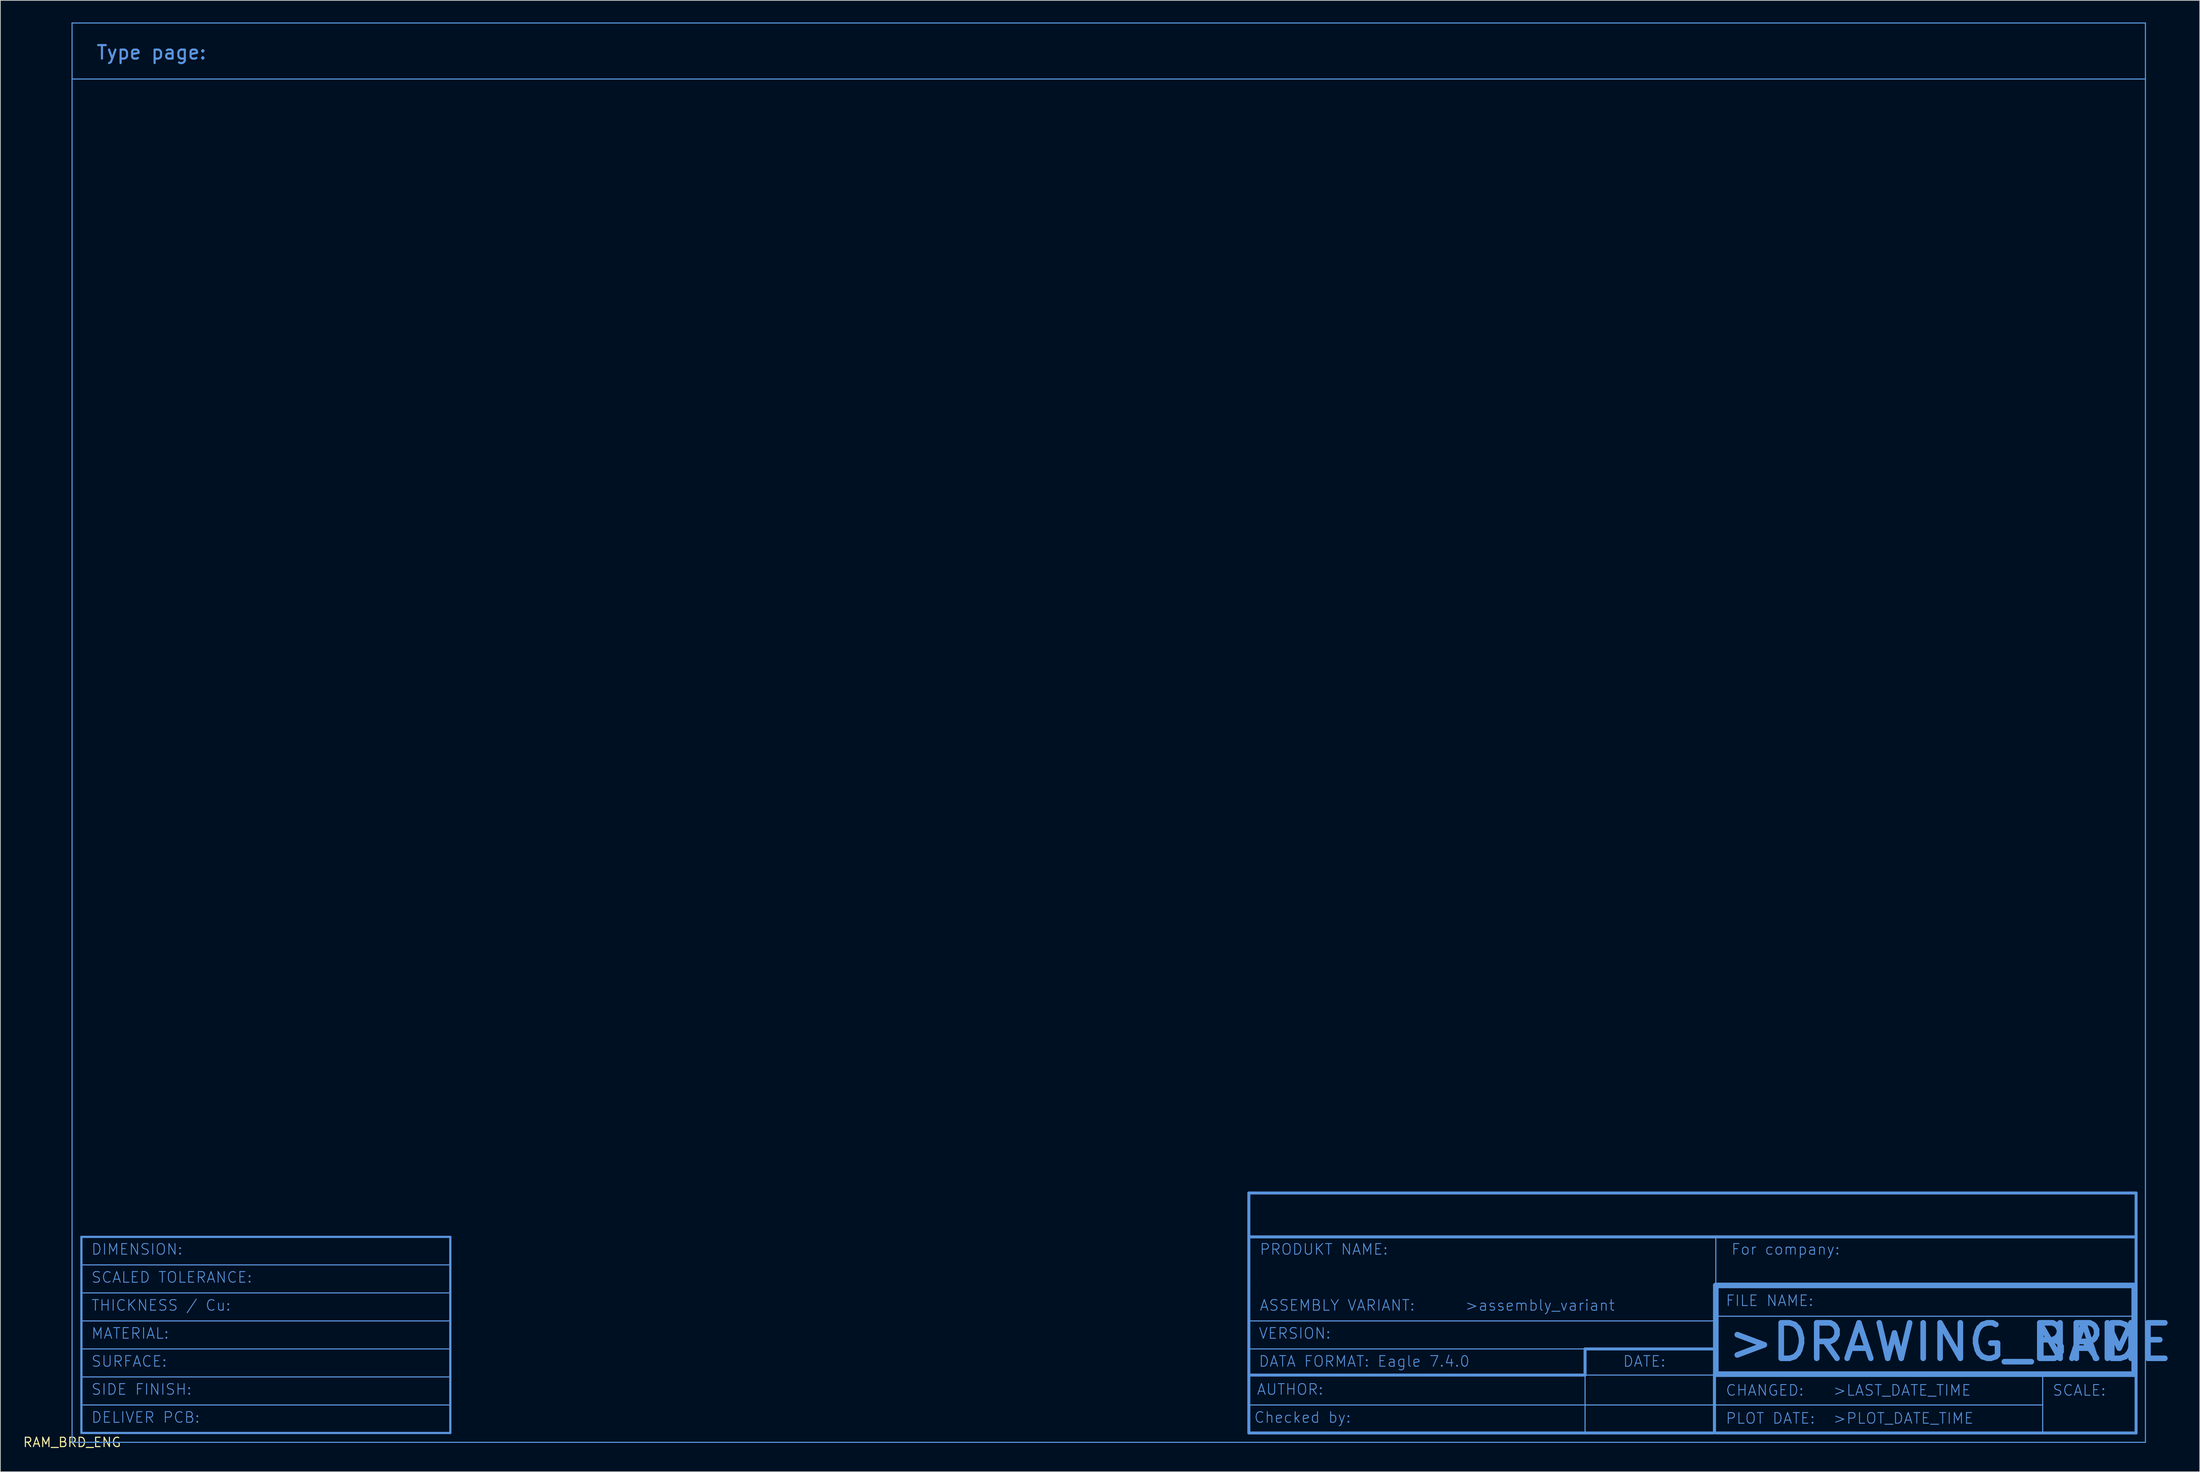
<source format=kicad_pcb>
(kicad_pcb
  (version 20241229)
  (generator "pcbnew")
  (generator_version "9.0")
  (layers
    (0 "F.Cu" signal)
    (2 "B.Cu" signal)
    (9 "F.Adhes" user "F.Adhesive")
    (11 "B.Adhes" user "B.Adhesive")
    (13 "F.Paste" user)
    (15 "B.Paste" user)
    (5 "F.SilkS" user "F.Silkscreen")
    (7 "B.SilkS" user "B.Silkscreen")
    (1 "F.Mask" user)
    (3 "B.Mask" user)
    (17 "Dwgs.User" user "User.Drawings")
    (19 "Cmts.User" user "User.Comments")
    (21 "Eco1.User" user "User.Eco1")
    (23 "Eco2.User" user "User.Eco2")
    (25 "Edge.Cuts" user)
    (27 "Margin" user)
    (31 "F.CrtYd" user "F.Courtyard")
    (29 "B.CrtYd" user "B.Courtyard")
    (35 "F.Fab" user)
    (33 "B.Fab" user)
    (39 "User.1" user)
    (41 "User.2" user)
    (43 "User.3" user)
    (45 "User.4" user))
  (footprint "RAM_BRD_ENG"
    (layer "F.Cu")
    (at 6.75 193.116)
    (property "Reference" "RAM_BRD_ENG" (at 0 0 0) (layer "F.SilkS") (effects (font (size 1.27 1.27) (thickness 0.15))))
    (attr through_hole)
    (fp_line (start 0 -193.04) (end 0 -185.42) (stroke (width 0.152) (type solid)) (layer "Cmts.User"))
    (fp_line (start 0 -185.42) (end 0 0) (stroke (width 0.152) (type solid)) (layer "Cmts.User"))
    (fp_line (start 0 -185.42) (end 281.94 -185.42) (stroke (width 0.152) (type solid)) (layer "Cmts.User"))
    (fp_line (start 0 0) (end 281.94 0) (stroke (width 0.152) (type solid)) (layer "Cmts.User"))
    (fp_line (start 1.27 -27.94) (end 1.27 -24.13) (stroke (width 0.305) (type solid)) (layer "Cmts.User"))
    (fp_line (start 1.27 -24.13) (end 1.27 -20.32) (stroke (width 0.305) (type solid)) (layer "Cmts.User"))
    (fp_line (start 1.27 -20.32) (end 1.27 -16.51) (stroke (width 0.305) (type solid)) (layer "Cmts.User"))
    (fp_line (start 1.27 -20.32) (end 51.435 -20.32) (stroke (width 0.152) (type solid)) (layer "Cmts.User"))
    (fp_line (start 1.27 -16.51) (end 1.27 -12.7) (stroke (width 0.152) (type solid)) (layer "Cmts.User"))
    (fp_line (start 1.27 -16.51) (end 1.27 -1.27) (stroke (width 0.305) (type solid)) (layer "Cmts.User"))
    (fp_line (start 1.27 -12.7) (end 1.27 -8.89) (stroke (width 0.152) (type solid)) (layer "Cmts.User"))
    (fp_line (start 1.27 -12.7) (end 51.435 -12.7) (stroke (width 0.152) (type solid)) (layer "Cmts.User"))
    (fp_line (start 1.27 -8.89) (end 1.27 -5.08) (stroke (width 0.152) (type solid)) (layer "Cmts.User"))
    (fp_line (start 1.27 -8.89) (end 51.435 -8.89) (stroke (width 0.152) (type solid)) (layer "Cmts.User"))
    (fp_line (start 1.27 -5.08) (end 1.27 -1.27) (stroke (width 0.152) (type solid)) (layer "Cmts.User"))
    (fp_line (start 1.27 -5.08) (end 51.435 -5.08) (stroke (width 0.152) (type solid)) (layer "Cmts.User"))
    (fp_line (start 1.27 -1.27) (end 51.435 -1.27) (stroke (width 0.305) (type solid)) (layer "Cmts.User"))
    (fp_line (start 51.435 -27.94) (end 1.27 -27.94) (stroke (width 0.305) (type solid)) (layer "Cmts.User"))
    (fp_line (start 51.435 -24.13) (end 1.27 -24.13) (stroke (width 0.152) (type solid)) (layer "Cmts.User"))
    (fp_line (start 51.435 -24.13) (end 51.435 -27.94) (stroke (width 0.305) (type solid)) (layer "Cmts.User"))
    (fp_line (start 51.435 -20.32) (end 51.435 -24.13) (stroke (width 0.305) (type solid)) (layer "Cmts.User"))
    (fp_line (start 51.435 -16.51) (end 1.27 -16.51) (stroke (width 0.152) (type solid)) (layer "Cmts.User"))
    (fp_line (start 51.435 -16.51) (end 51.435 -20.32) (stroke (width 0.305) (type solid)) (layer "Cmts.User"))
    (fp_line (start 51.435 -12.7) (end 51.435 -16.51) (stroke (width 0.305) (type solid)) (layer "Cmts.User"))
    (fp_line (start 51.435 -8.89) (end 51.435 -12.7) (stroke (width 0.305) (type solid)) (layer "Cmts.User"))
    (fp_line (start 51.435 -5.08) (end 51.435 -8.89) (stroke (width 0.305) (type solid)) (layer "Cmts.User"))
    (fp_line (start 51.435 -1.27) (end 51.435 -5.08) (stroke (width 0.305) (type solid)) (layer "Cmts.User"))
    (fp_line (start 160.02 -33.909) (end 280.67 -33.909) (stroke (width 0.406) (type solid)) (layer "Cmts.User"))
    (fp_line (start 160.02 -27.94) (end 160.02 -33.909) (stroke (width 0.406) (type solid)) (layer "Cmts.User"))
    (fp_line (start 160.02 -27.94) (end 160.02 -21.336) (stroke (width 0.406) (type solid)) (layer "Cmts.User"))
    (fp_line (start 160.02 -21.336) (end 160.02 -12.7) (stroke (width 0.406) (type solid)) (layer "Cmts.User"))
    (fp_line (start 160.02 -16.51) (end 160.02 -21.336) (stroke (width 0.152) (type solid)) (layer "Cmts.User"))
    (fp_line (start 160.02 -12.7) (end 205.74 -12.7) (stroke (width 0.152) (type solid)) (layer "Cmts.User"))
    (fp_line (start 160.02 -9.144) (end 160.02 -12.7) (stroke (width 0.406) (type solid)) (layer "Cmts.User"))
    (fp_line (start 160.02 -9.144) (end 205.74 -9.144) (stroke (width 0.406) (type solid)) (layer "Cmts.User"))
    (fp_line (start 160.02 -5.08) (end 160.02 -9.144) (stroke (width 0.406) (type solid)) (layer "Cmts.User"))
    (fp_line (start 160.02 -5.08) (end 223.215 -5.08) (stroke (width 0.152) (type solid)) (layer "Cmts.User"))
    (fp_line (start 160.02 -1.27) (end 160.02 -5.08) (stroke (width 0.406) (type solid)) (layer "Cmts.User"))
    (fp_line (start 205.74 -12.7) (end 205.74 -9.144) (stroke (width 0.406) (type solid)) (layer "Cmts.User"))
    (fp_line (start 205.74 -12.7) (end 223.52 -12.7) (stroke (width 0.406) (type solid)) (layer "Cmts.User"))
    (fp_line (start 205.74 -9.144) (end 205.74 -1.27) (stroke (width 0.152) (type solid)) (layer "Cmts.User"))
    (fp_line (start 205.74 -9.144) (end 223.215 -9.144) (stroke (width 0.152) (type solid)) (layer "Cmts.User"))
    (fp_line (start 205.74 -1.27) (end 160.02 -1.27) (stroke (width 0.406) (type solid)) (layer "Cmts.User"))
    (fp_line (start 205.74 -1.27) (end 223.215 -1.27) (stroke (width 0.406) (type solid)) (layer "Cmts.User"))
    (fp_line (start 223.215 -5.08) (end 223.215 -9.144) (stroke (width 0.152) (type solid)) (layer "Cmts.User"))
    (fp_line (start 223.215 -5.08) (end 223.215 -1.27) (stroke (width 0.152) (type solid)) (layer "Cmts.User"))
    (fp_line (start 223.215 -1.27) (end 223.52 -1.27) (stroke (width 0.305) (type solid)) (layer "Cmts.User"))
    (fp_line (start 223.342 -9.271) (end 223.52 -9.271) (stroke (width 0.406) (type solid)) (layer "Cmts.User"))
    (fp_line (start 223.342 -1.397) (end 223.342 -9.271) (stroke (width 0.406) (type solid)) (layer "Cmts.User"))
    (fp_line (start 223.52 -27.94) (end 160.02 -27.94) (stroke (width 0.406) (type solid)) (layer "Cmts.User"))
    (fp_line (start 223.52 -27.94) (end 223.52 -21.336) (stroke (width 0.152) (type solid)) (layer "Cmts.User"))
    (fp_line (start 223.52 -21.514) (end 223.52 -21.336) (stroke (width 0.406) (type solid)) (layer "Cmts.User"))
    (fp_line (start 223.52 -21.336) (end 223.52 -16.51) (stroke (width 0.152) (type solid)) (layer "Cmts.User"))
    (fp_line (start 223.52 -21.336) (end 280.416 -21.336) (stroke (width 0.762) (type solid)) (layer "Cmts.User"))
    (fp_line (start 223.52 -17.145) (end 223.52 -21.336) (stroke (width 0.762) (type solid)) (layer "Cmts.User"))
    (fp_line (start 223.52 -17.145) (end 280.416 -17.145) (stroke (width 0.152) (type solid)) (layer "Cmts.User"))
    (fp_line (start 223.52 -16.51) (end 160.02 -16.51) (stroke (width 0.152) (type solid)) (layer "Cmts.User"))
    (fp_line (start 223.52 -12.7) (end 223.52 -17.145) (stroke (width 0.762) (type solid)) (layer "Cmts.User"))
    (fp_line (start 223.52 -9.271) (end 223.52 -12.7) (stroke (width 0.762) (type solid)) (layer "Cmts.User"))
    (fp_line (start 223.52 -9.271) (end 280.416 -9.271) (stroke (width 0.762) (type solid)) (layer "Cmts.User"))
    (fp_line (start 223.52 -1.27) (end 223.342 -1.397) (stroke (width 0.152) (type solid)) (layer "Cmts.User"))
    (fp_line (start 223.52 -1.27) (end 267.97 -1.27) (stroke (width 0.406) (type solid)) (layer "Cmts.User"))
    (fp_line (start 267.97 -9.525) (end 267.97 -5.08) (stroke (width 0.152) (type solid)) (layer "Cmts.User"))
    (fp_line (start 267.97 -5.08) (end 223.393 -5.08) (stroke (width 0.152) (type solid)) (layer "Cmts.User"))
    (fp_line (start 267.97 -5.08) (end 267.97 -1.27) (stroke (width 0.152) (type solid)) (layer "Cmts.User"))
    (fp_line (start 267.97 -1.27) (end 280.67 -1.27) (stroke (width 0.406) (type solid)) (layer "Cmts.User"))
    (fp_line (start 280.416 -21.336) (end 280.416 -17.145) (stroke (width 0.762) (type solid)) (layer "Cmts.User"))
    (fp_line (start 280.416 -21.336) (end 280.67 -21.336) (stroke (width 0.254) (type solid)) (layer "Cmts.User"))
    (fp_line (start 280.416 -17.145) (end 280.416 -9.271) (stroke (width 0.762) (type solid)) (layer "Cmts.User"))
    (fp_line (start 280.67 -33.909) (end 280.67 -27.94) (stroke (width 0.406) (type solid)) (layer "Cmts.User"))
    (fp_line (start 280.67 -27.94) (end 223.52 -27.94) (stroke (width 0.406) (type solid)) (layer "Cmts.User"))
    (fp_line (start 280.67 -21.336) (end 280.67 -27.94) (stroke (width 0.406) (type solid)) (layer "Cmts.User"))
    (fp_line (start 280.67 -21.336) (end 280.67 -1.27) (stroke (width 0.406) (type solid)) (layer "Cmts.User"))
    (fp_line (start 281.94 -193.04) (end 0 -193.04) (stroke (width 0.152) (type solid)) (layer "Cmts.User"))
    (fp_line (start 281.94 -185.42) (end 281.94 -193.04) (stroke (width 0.152) (type solid)) (layer "Cmts.User"))
    (fp_line (start 281.94 0) (end 281.94 -185.42) (stroke (width 0.152) (type solid)) (layer "Cmts.User"))
    (fp_text user "Checked by:" (at 160.655 -2.54 0) (layer "Cmts.User") (effects (font (size 1.448 1.448) (thickness 0.122)) (justify left bottom)))
    (fp_text user "SURFACE:" (at 2.54 -10.16 0) (layer "Cmts.User") (effects (font (size 1.448 1.448) (thickness 0.122)) (justify left bottom)))
    (fp_text user "MATERIAL:" (at 2.54 -13.97 0) (layer "Cmts.User") (effects (font (size 1.448 1.448) (thickness 0.122)) (justify left bottom)))
    (fp_text user "AUTHOR:" (at 161.036 -6.35 0) (layer "Cmts.User") (effects (font (size 1.448 1.448) (thickness 0.122)) (justify left bottom)))
    (fp_text user "FILE NAME:" (at 224.79 -18.415 0) (layer "Cmts.User") (effects (font (size 1.448 1.448) (thickness 0.122)) (justify left bottom)))
    (fp_text user "Type page:" (at 3.175 -187.96 0) (layer "Cmts.User") (effects (font (size 1.834 1.834) (thickness 0.29)) (justify left bottom)))
    (fp_text user "DATA FORMAT: Eagle 7.4.0" (at 161.29 -10.16 0) (layer "Cmts.User") (effects (font (size 1.448 1.448) (thickness 0.122)) (justify left bottom)))
    (fp_text user "SCALED TOLERANCE:" (at 2.54 -21.59 0) (layer "Cmts.User") (effects (font (size 1.448 1.448) (thickness 0.122)) (justify left bottom)))
    (fp_text user "PLOT DATE:" (at 224.79 -2.413 0) (layer "Cmts.User") (effects (font (size 1.448 1.448) (thickness 0.122)) (justify left bottom)))
    (fp_text user ">DRAWING_NAME" (at 224.79 -10.795 0) (layer "Cmts.User") (effects (font (size 4.826 4.826) (thickness 0.762)) (justify left bottom)))
    (fp_text user "THICKNESS / Cu:" (at 2.54 -17.78 0) (layer "Cmts.User") (effects (font (size 1.448 1.448) (thickness 0.122)) (justify left bottom)))
    (fp_text user "CHANGED:" (at 224.79 -6.223 0) (layer "Cmts.User") (effects (font (size 1.448 1.448) (thickness 0.122)) (justify left bottom)))
    (fp_text user "ASSEMBLY VARIANT:" (at 161.417 -17.78 0) (layer "Cmts.User") (effects (font (size 1.448 1.448) (thickness 0.122)) (justify left bottom)))
    (fp_text user "DELIVER PCB:" (at 2.54 -2.54 0) (layer "Cmts.User") (effects (font (size 1.448 1.448) (thickness 0.122)) (justify left bottom)))
    (fp_text user "SCALE:" (at 269.24 -6.223 0) (layer "Cmts.User") (effects (font (size 1.448 1.448) (thickness 0.122)) (justify left bottom)))
    (fp_text user "PRODUKT NAME:" (at 161.417 -25.4 0) (layer "Cmts.User") (effects (font (size 1.448 1.448) (thickness 0.122)) (justify left bottom)))
    (fp_text user "VERSION:" (at 161.29 -13.97 0) (layer "Cmts.User") (effects (font (size 1.448 1.448) (thickness 0.122)) (justify left bottom)))
    (fp_text user "SIDE FINISH:" (at 2.54 -6.35 0) (layer "Cmts.User") (effects (font (size 1.448 1.448) (thickness 0.122)) (justify left bottom)))
    (fp_text user ">assembly_variant" (at 189.357 -17.78 0) (layer "Cmts.User") (effects (font (size 1.448 1.448) (thickness 0.122)) (justify left bottom)))
    (fp_text user "For company:" (at 225.552 -25.4 0) (layer "Cmts.User") (effects (font (size 1.448 1.448) (thickness 0.122)) (justify left bottom)))
    (fp_text user ">LAST_DATE_TIME" (at 239.395 -6.223 0) (layer "Cmts.User") (effects (font (size 1.448 1.448) (thickness 0.122)) (justify left bottom)))
    (fp_text user "DIMENSION:" (at 2.54 -25.4 0) (layer "Cmts.User") (effects (font (size 1.448 1.448) (thickness 0.122)) (justify left bottom)))
    (fp_text user "BRD" (at 266.065 -10.795 0) (layer "Cmts.User") (effects (font (size 4.826 4.826) (thickness 0.762)) (justify left bottom)))
    (fp_text user "DATE:" (at 210.82 -10.16 0) (layer "Cmts.User") (effects (font (size 1.448 1.448) (thickness 0.122)) (justify left bottom)))
    (fp_text user ">PLOT_DATE_TIME" (at 239.395 -2.413 0) (layer "Cmts.User") (effects (font (size 1.448 1.448) (thickness 0.122)) (justify left bottom))))
  (gr_rect
    (start -3 -3)
    (end 296.071 197.122)
    (stroke (width 0.1) (type default))
    (fill no)
    (layer "Edge.Cuts")))
</source>
